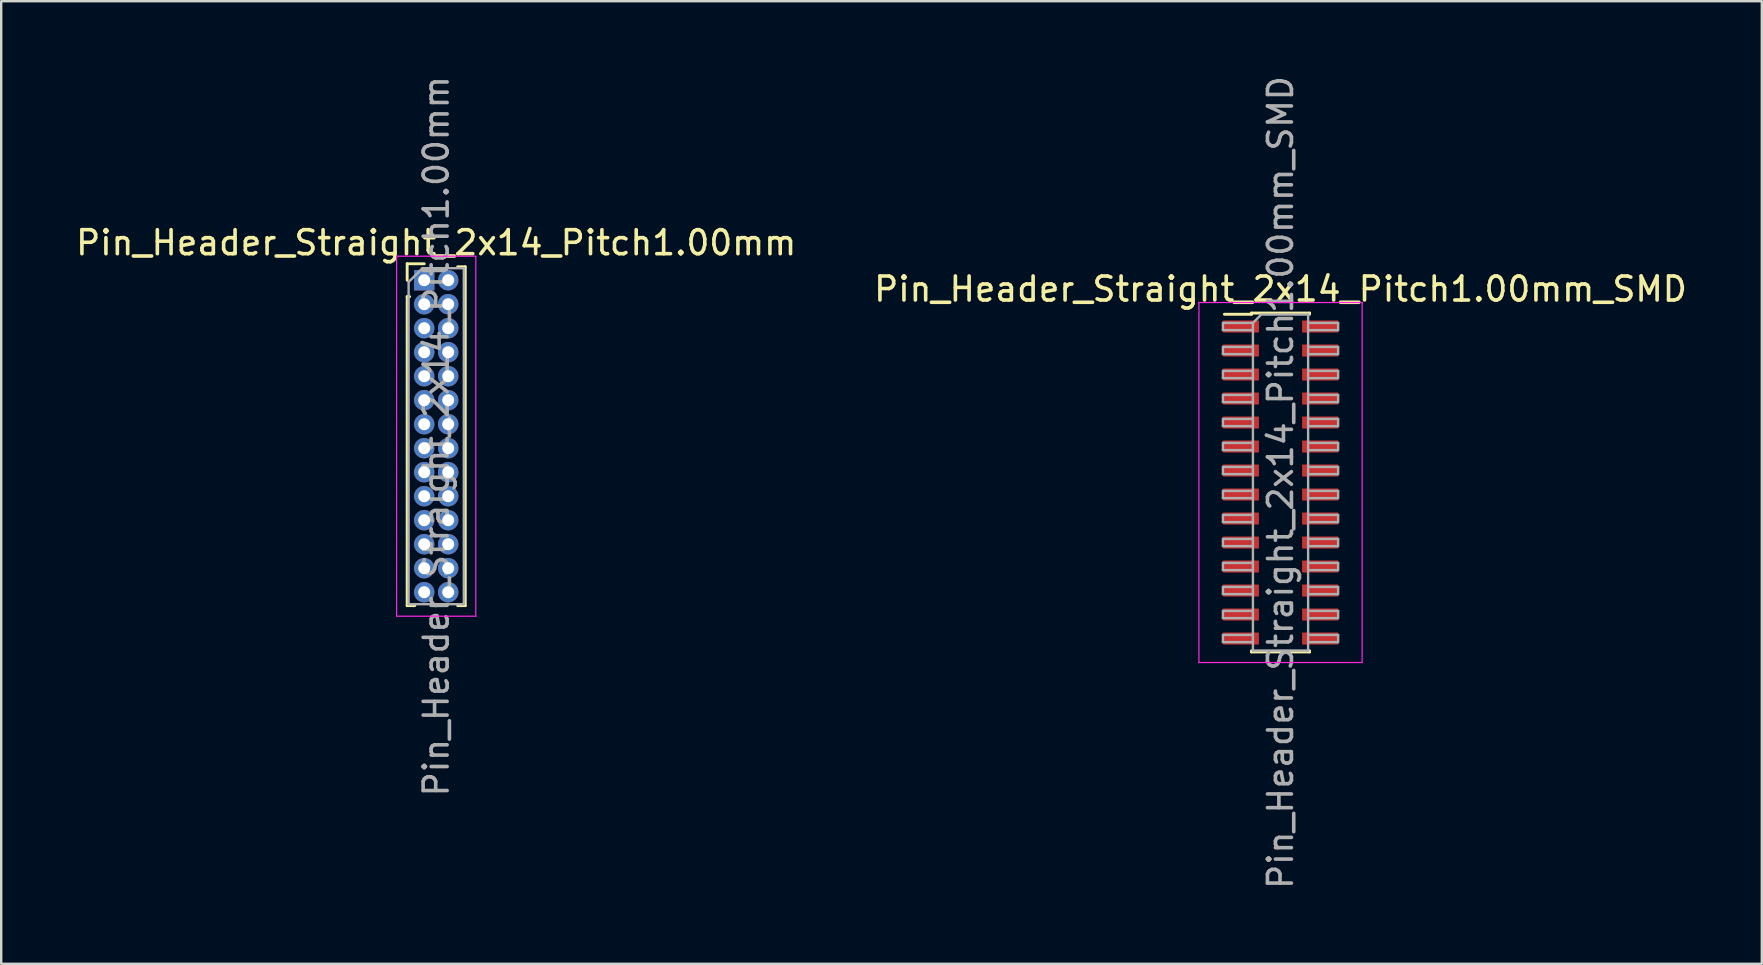
<source format=kicad_pcb>
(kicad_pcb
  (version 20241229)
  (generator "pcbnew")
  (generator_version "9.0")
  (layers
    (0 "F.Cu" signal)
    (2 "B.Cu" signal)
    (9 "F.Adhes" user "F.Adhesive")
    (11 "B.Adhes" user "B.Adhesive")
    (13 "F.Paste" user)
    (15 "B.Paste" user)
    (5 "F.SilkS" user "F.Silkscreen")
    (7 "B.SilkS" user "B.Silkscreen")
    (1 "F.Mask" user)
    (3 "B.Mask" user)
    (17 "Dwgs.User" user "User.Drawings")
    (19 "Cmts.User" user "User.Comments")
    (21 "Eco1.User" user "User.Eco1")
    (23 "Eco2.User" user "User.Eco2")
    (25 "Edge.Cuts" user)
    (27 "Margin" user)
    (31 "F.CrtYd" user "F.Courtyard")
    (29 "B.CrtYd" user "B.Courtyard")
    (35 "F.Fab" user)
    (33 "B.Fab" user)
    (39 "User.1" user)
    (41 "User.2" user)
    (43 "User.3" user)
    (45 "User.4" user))
  (footprint "Pin_Header_Straight_2x14_Pitch1.00mm_SMD"
    (layer "F.Cu")
    (at 50.304 17.054)
    (property "Reference" "Pin_Header_Straight_2x14_Pitch1.00mm_SMD" (at 0 -8.06 0) (layer "F.SilkS") (effects (font (size 1 1) (thickness 0.15))))
    (attr smd)
    (fp_line (start -2.34 -7.01) (end -1.21 -7.01) (stroke (width 0.12) (type solid)) (layer "F.SilkS"))
    (fp_line (start -1.21 -7.06) (end -1.21 -7.01) (stroke (width 0.12) (type solid)) (layer "F.SilkS"))
    (fp_line (start -1.21 -7.06) (end 1.21 -7.06) (stroke (width 0.12) (type solid)) (layer "F.SilkS"))
    (fp_line (start -1.21 7.01) (end -1.21 7.06) (stroke (width 0.12) (type solid)) (layer "F.SilkS"))
    (fp_line (start -1.21 7.06) (end 1.21 7.06) (stroke (width 0.12) (type solid)) (layer "F.SilkS"))
    (fp_line (start 1.21 -7.06) (end 1.21 -7.01) (stroke (width 0.12) (type solid)) (layer "F.SilkS"))
    (fp_line (start 1.21 7.01) (end 1.21 7.06) (stroke (width 0.12) (type solid)) (layer "F.SilkS"))
    (fp_line (start -3.4 -7.5) (end -3.4 7.5) (stroke (width 0.05) (type solid)) (layer "F.CrtYd"))
    (fp_line (start -3.4 7.5) (end 3.4 7.5) (stroke (width 0.05) (type solid)) (layer "F.CrtYd"))
    (fp_line (start 3.4 -7.5) (end -3.4 -7.5) (stroke (width 0.05) (type solid)) (layer "F.CrtYd"))
    (fp_line (start 3.4 7.5) (end 3.4 -7.5) (stroke (width 0.05) (type solid)) (layer "F.CrtYd"))
    (fp_line (start -2.4 -6.65) (end -2.4 -6.35) (stroke (width 0.1) (type solid)) (layer "F.Fab"))
    (fp_line (start -2.4 -6.35) (end -1.15 -6.35) (stroke (width 0.1) (type solid)) (layer "F.Fab"))
    (fp_line (start -2.4 -5.65) (end -2.4 -5.35) (stroke (width 0.1) (type solid)) (layer "F.Fab"))
    (fp_line (start -2.4 -5.35) (end -1.15 -5.35) (stroke (width 0.1) (type solid)) (layer "F.Fab"))
    (fp_line (start -2.4 -4.65) (end -2.4 -4.35) (stroke (width 0.1) (type solid)) (layer "F.Fab"))
    (fp_line (start -2.4 -4.35) (end -1.15 -4.35) (stroke (width 0.1) (type solid)) (layer "F.Fab"))
    (fp_line (start -2.4 -3.65) (end -2.4 -3.35) (stroke (width 0.1) (type solid)) (layer "F.Fab"))
    (fp_line (start -2.4 -3.35) (end -1.15 -3.35) (stroke (width 0.1) (type solid)) (layer "F.Fab"))
    (fp_line (start -2.4 -2.65) (end -2.4 -2.35) (stroke (width 0.1) (type solid)) (layer "F.Fab"))
    (fp_line (start -2.4 -2.35) (end -1.15 -2.35) (stroke (width 0.1) (type solid)) (layer "F.Fab"))
    (fp_line (start -2.4 -1.65) (end -2.4 -1.35) (stroke (width 0.1) (type solid)) (layer "F.Fab"))
    (fp_line (start -2.4 -1.35) (end -1.15 -1.35) (stroke (width 0.1) (type solid)) (layer "F.Fab"))
    (fp_line (start -2.4 -0.65) (end -2.4 -0.35) (stroke (width 0.1) (type solid)) (layer "F.Fab"))
    (fp_line (start -2.4 -0.35) (end -1.15 -0.35) (stroke (width 0.1) (type solid)) (layer "F.Fab"))
    (fp_line (start -2.4 0.35) (end -2.4 0.65) (stroke (width 0.1) (type solid)) (layer "F.Fab"))
    (fp_line (start -2.4 0.65) (end -1.15 0.65) (stroke (width 0.1) (type solid)) (layer "F.Fab"))
    (fp_line (start -2.4 1.35) (end -2.4 1.65) (stroke (width 0.1) (type solid)) (layer "F.Fab"))
    (fp_line (start -2.4 1.65) (end -1.15 1.65) (stroke (width 0.1) (type solid)) (layer "F.Fab"))
    (fp_line (start -2.4 2.35) (end -2.4 2.65) (stroke (width 0.1) (type solid)) (layer "F.Fab"))
    (fp_line (start -2.4 2.65) (end -1.15 2.65) (stroke (width 0.1) (type solid)) (layer "F.Fab"))
    (fp_line (start -2.4 3.35) (end -2.4 3.65) (stroke (width 0.1) (type solid)) (layer "F.Fab"))
    (fp_line (start -2.4 3.65) (end -1.15 3.65) (stroke (width 0.1) (type solid)) (layer "F.Fab"))
    (fp_line (start -2.4 4.35) (end -2.4 4.65) (stroke (width 0.1) (type solid)) (layer "F.Fab"))
    (fp_line (start -2.4 4.65) (end -1.15 4.65) (stroke (width 0.1) (type solid)) (layer "F.Fab"))
    (fp_line (start -2.4 5.35) (end -2.4 5.65) (stroke (width 0.1) (type solid)) (layer "F.Fab"))
    (fp_line (start -2.4 5.65) (end -1.15 5.65) (stroke (width 0.1) (type solid)) (layer "F.Fab"))
    (fp_line (start -2.4 6.35) (end -2.4 6.65) (stroke (width 0.1) (type solid)) (layer "F.Fab"))
    (fp_line (start -2.4 6.65) (end -1.15 6.65) (stroke (width 0.1) (type solid)) (layer "F.Fab"))
    (fp_line (start -1.15 -6.65) (end -2.4 -6.65) (stroke (width 0.1) (type solid)) (layer "F.Fab"))
    (fp_line (start -1.15 -6.65) (end -0.8 -7) (stroke (width 0.1) (type solid)) (layer "F.Fab"))
    (fp_line (start -1.15 -5.65) (end -2.4 -5.65) (stroke (width 0.1) (type solid)) (layer "F.Fab"))
    (fp_line (start -1.15 -4.65) (end -2.4 -4.65) (stroke (width 0.1) (type solid)) (layer "F.Fab"))
    (fp_line (start -1.15 -3.65) (end -2.4 -3.65) (stroke (width 0.1) (type solid)) (layer "F.Fab"))
    (fp_line (start -1.15 -2.65) (end -2.4 -2.65) (stroke (width 0.1) (type solid)) (layer "F.Fab"))
    (fp_line (start -1.15 -1.65) (end -2.4 -1.65) (stroke (width 0.1) (type solid)) (layer "F.Fab"))
    (fp_line (start -1.15 -0.65) (end -2.4 -0.65) (stroke (width 0.1) (type solid)) (layer "F.Fab"))
    (fp_line (start -1.15 0.35) (end -2.4 0.35) (stroke (width 0.1) (type solid)) (layer "F.Fab"))
    (fp_line (start -1.15 1.35) (end -2.4 1.35) (stroke (width 0.1) (type solid)) (layer "F.Fab"))
    (fp_line (start -1.15 2.35) (end -2.4 2.35) (stroke (width 0.1) (type solid)) (layer "F.Fab"))
    (fp_line (start -1.15 3.35) (end -2.4 3.35) (stroke (width 0.1) (type solid)) (layer "F.Fab"))
    (fp_line (start -1.15 4.35) (end -2.4 4.35) (stroke (width 0.1) (type solid)) (layer "F.Fab"))
    (fp_line (start -1.15 5.35) (end -2.4 5.35) (stroke (width 0.1) (type solid)) (layer "F.Fab"))
    (fp_line (start -1.15 6.35) (end -2.4 6.35) (stroke (width 0.1) (type solid)) (layer "F.Fab"))
    (fp_line (start -1.15 7) (end -1.15 -6.65) (stroke (width 0.1) (type solid)) (layer "F.Fab"))
    (fp_line (start -0.8 -7) (end 1.15 -7) (stroke (width 0.1) (type solid)) (layer "F.Fab"))
    (fp_line (start 1.15 -7) (end 1.15 7) (stroke (width 0.1) (type solid)) (layer "F.Fab"))
    (fp_line (start 1.15 -6.65) (end 2.4 -6.65) (stroke (width 0.1) (type solid)) (layer "F.Fab"))
    (fp_line (start 1.15 -5.65) (end 2.4 -5.65) (stroke (width 0.1) (type solid)) (layer "F.Fab"))
    (fp_line (start 1.15 -4.65) (end 2.4 -4.65) (stroke (width 0.1) (type solid)) (layer "F.Fab"))
    (fp_line (start 1.15 -3.65) (end 2.4 -3.65) (stroke (width 0.1) (type solid)) (layer "F.Fab"))
    (fp_line (start 1.15 -2.65) (end 2.4 -2.65) (stroke (width 0.1) (type solid)) (layer "F.Fab"))
    (fp_line (start 1.15 -1.65) (end 2.4 -1.65) (stroke (width 0.1) (type solid)) (layer "F.Fab"))
    (fp_line (start 1.15 -0.65) (end 2.4 -0.65) (stroke (width 0.1) (type solid)) (layer "F.Fab"))
    (fp_line (start 1.15 0.35) (end 2.4 0.35) (stroke (width 0.1) (type solid)) (layer "F.Fab"))
    (fp_line (start 1.15 1.35) (end 2.4 1.35) (stroke (width 0.1) (type solid)) (layer "F.Fab"))
    (fp_line (start 1.15 2.35) (end 2.4 2.35) (stroke (width 0.1) (type solid)) (layer "F.Fab"))
    (fp_line (start 1.15 3.35) (end 2.4 3.35) (stroke (width 0.1) (type solid)) (layer "F.Fab"))
    (fp_line (start 1.15 4.35) (end 2.4 4.35) (stroke (width 0.1) (type solid)) (layer "F.Fab"))
    (fp_line (start 1.15 5.35) (end 2.4 5.35) (stroke (width 0.1) (type solid)) (layer "F.Fab"))
    (fp_line (start 1.15 6.35) (end 2.4 6.35) (stroke (width 0.1) (type solid)) (layer "F.Fab"))
    (fp_line (start 1.15 7) (end -1.15 7) (stroke (width 0.1) (type solid)) (layer "F.Fab"))
    (fp_line (start 2.4 -6.65) (end 2.4 -6.35) (stroke (width 0.1) (type solid)) (layer "F.Fab"))
    (fp_line (start 2.4 -6.35) (end 1.15 -6.35) (stroke (width 0.1) (type solid)) (layer "F.Fab"))
    (fp_line (start 2.4 -5.65) (end 2.4 -5.35) (stroke (width 0.1) (type solid)) (layer "F.Fab"))
    (fp_line (start 2.4 -5.35) (end 1.15 -5.35) (stroke (width 0.1) (type solid)) (layer "F.Fab"))
    (fp_line (start 2.4 -4.65) (end 2.4 -4.35) (stroke (width 0.1) (type solid)) (layer "F.Fab"))
    (fp_line (start 2.4 -4.35) (end 1.15 -4.35) (stroke (width 0.1) (type solid)) (layer "F.Fab"))
    (fp_line (start 2.4 -3.65) (end 2.4 -3.35) (stroke (width 0.1) (type solid)) (layer "F.Fab"))
    (fp_line (start 2.4 -3.35) (end 1.15 -3.35) (stroke (width 0.1) (type solid)) (layer "F.Fab"))
    (fp_line (start 2.4 -2.65) (end 2.4 -2.35) (stroke (width 0.1) (type solid)) (layer "F.Fab"))
    (fp_line (start 2.4 -2.35) (end 1.15 -2.35) (stroke (width 0.1) (type solid)) (layer "F.Fab"))
    (fp_line (start 2.4 -1.65) (end 2.4 -1.35) (stroke (width 0.1) (type solid)) (layer "F.Fab"))
    (fp_line (start 2.4 -1.35) (end 1.15 -1.35) (stroke (width 0.1) (type solid)) (layer "F.Fab"))
    (fp_line (start 2.4 -0.65) (end 2.4 -0.35) (stroke (width 0.1) (type solid)) (layer "F.Fab"))
    (fp_line (start 2.4 -0.35) (end 1.15 -0.35) (stroke (width 0.1) (type solid)) (layer "F.Fab"))
    (fp_line (start 2.4 0.35) (end 2.4 0.65) (stroke (width 0.1) (type solid)) (layer "F.Fab"))
    (fp_line (start 2.4 0.65) (end 1.15 0.65) (stroke (width 0.1) (type solid)) (layer "F.Fab"))
    (fp_line (start 2.4 1.35) (end 2.4 1.65) (stroke (width 0.1) (type solid)) (layer "F.Fab"))
    (fp_line (start 2.4 1.65) (end 1.15 1.65) (stroke (width 0.1) (type solid)) (layer "F.Fab"))
    (fp_line (start 2.4 2.35) (end 2.4 2.65) (stroke (width 0.1) (type solid)) (layer "F.Fab"))
    (fp_line (start 2.4 2.65) (end 1.15 2.65) (stroke (width 0.1) (type solid)) (layer "F.Fab"))
    (fp_line (start 2.4 3.35) (end 2.4 3.65) (stroke (width 0.1) (type solid)) (layer "F.Fab"))
    (fp_line (start 2.4 3.65) (end 1.15 3.65) (stroke (width 0.1) (type solid)) (layer "F.Fab"))
    (fp_line (start 2.4 4.35) (end 2.4 4.65) (stroke (width 0.1) (type solid)) (layer "F.Fab"))
    (fp_line (start 2.4 4.65) (end 1.15 4.65) (stroke (width 0.1) (type solid)) (layer "F.Fab"))
    (fp_line (start 2.4 5.35) (end 2.4 5.65) (stroke (width 0.1) (type solid)) (layer "F.Fab"))
    (fp_line (start 2.4 5.65) (end 1.15 5.65) (stroke (width 0.1) (type solid)) (layer "F.Fab"))
    (fp_line (start 2.4 6.35) (end 2.4 6.65) (stroke (width 0.1) (type solid)) (layer "F.Fab"))
    (fp_line (start 2.4 6.65) (end 1.15 6.65) (stroke (width 0.1) (type solid)) (layer "F.Fab"))
    (fp_text user "${REFERENCE}" (at 0 0 90) (layer "F.Fab") (effects (font (size 1 1) (thickness 0.15))))
    (pad "1" smd rect (at -1.65 -6.5) (size 1.5 0.5) (layers "F.Cu" "F.Mask" "F.Paste"))
    (pad "2" smd rect (at 1.65 -6.5) (size 1.5 0.5) (layers "F.Cu" "F.Mask" "F.Paste"))
    (pad "3" smd rect (at -1.65 -5.5) (size 1.5 0.5) (layers "F.Cu" "F.Mask" "F.Paste"))
    (pad "4" smd rect (at 1.65 -5.5) (size 1.5 0.5) (layers "F.Cu" "F.Mask" "F.Paste"))
    (pad "5" smd rect (at -1.65 -4.5) (size 1.5 0.5) (layers "F.Cu" "F.Mask" "F.Paste"))
    (pad "6" smd rect (at 1.65 -4.5) (size 1.5 0.5) (layers "F.Cu" "F.Mask" "F.Paste"))
    (pad "7" smd rect (at -1.65 -3.5) (size 1.5 0.5) (layers "F.Cu" "F.Mask" "F.Paste"))
    (pad "8" smd rect (at 1.65 -3.5) (size 1.5 0.5) (layers "F.Cu" "F.Mask" "F.Paste"))
    (pad "9" smd rect (at -1.65 -2.5) (size 1.5 0.5) (layers "F.Cu" "F.Mask" "F.Paste"))
    (pad "10" smd rect (at 1.65 -2.5) (size 1.5 0.5) (layers "F.Cu" "F.Mask" "F.Paste"))
    (pad "11" smd rect (at -1.65 -1.5) (size 1.5 0.5) (layers "F.Cu" "F.Mask" "F.Paste"))
    (pad "12" smd rect (at 1.65 -1.5) (size 1.5 0.5) (layers "F.Cu" "F.Mask" "F.Paste"))
    (pad "13" smd rect (at -1.65 -0.5) (size 1.5 0.5) (layers "F.Cu" "F.Mask" "F.Paste"))
    (pad "14" smd rect (at 1.65 -0.5) (size 1.5 0.5) (layers "F.Cu" "F.Mask" "F.Paste"))
    (pad "15" smd rect (at -1.65 0.5) (size 1.5 0.5) (layers "F.Cu" "F.Mask" "F.Paste"))
    (pad "16" smd rect (at 1.65 0.5) (size 1.5 0.5) (layers "F.Cu" "F.Mask" "F.Paste"))
    (pad "17" smd rect (at -1.65 1.5) (size 1.5 0.5) (layers "F.Cu" "F.Mask" "F.Paste"))
    (pad "18" smd rect (at 1.65 1.5) (size 1.5 0.5) (layers "F.Cu" "F.Mask" "F.Paste"))
    (pad "19" smd rect (at -1.65 2.5) (size 1.5 0.5) (layers "F.Cu" "F.Mask" "F.Paste"))
    (pad "20" smd rect (at 1.65 2.5) (size 1.5 0.5) (layers "F.Cu" "F.Mask" "F.Paste"))
    (pad "21" smd rect (at -1.65 3.5) (size 1.5 0.5) (layers "F.Cu" "F.Mask" "F.Paste"))
    (pad "22" smd rect (at 1.65 3.5) (size 1.5 0.5) (layers "F.Cu" "F.Mask" "F.Paste"))
    (pad "23" smd rect (at -1.65 4.5) (size 1.5 0.5) (layers "F.Cu" "F.Mask" "F.Paste"))
    (pad "24" smd rect (at 1.65 4.5) (size 1.5 0.5) (layers "F.Cu" "F.Mask" "F.Paste"))
    (pad "25" smd rect (at -1.65 5.5) (size 1.5 0.5) (layers "F.Cu" "F.Mask" "F.Paste"))
    (pad "26" smd rect (at 1.65 5.5) (size 1.5 0.5) (layers "F.Cu" "F.Mask" "F.Paste"))
    (pad "27" smd rect (at -1.65 6.5) (size 1.5 0.5) (layers "F.Cu" "F.Mask" "F.Paste"))
    (pad "28" smd rect (at 1.65 6.5) (size 1.5 0.5) (layers "F.Cu" "F.Mask" "F.Paste")))
  (footprint "Pin_Header_Straight_2x14_Pitch1.00mm"
    (layer "F.Cu")
    (at 14.625 8.625)
    (property "Reference" "Pin_Header_Straight_2x14_Pitch1.00mm" (at 0.5 -1.56 0) (layer "F.SilkS") (effects (font (size 1 1) (thickness 0.15))))
    (attr through_hole)
    (fp_line (start -0.71 -0.685) (end 0 -0.685) (stroke (width 0.12) (type solid)) (layer "F.SilkS"))
    (fp_line (start -0.71 0) (end -0.71 -0.685) (stroke (width 0.12) (type solid)) (layer "F.SilkS"))
    (fp_line (start -0.71 0.685) (end -0.71 13.56) (stroke (width 0.12) (type solid)) (layer "F.SilkS"))
    (fp_line (start -0.71 0.685) (end -0.608 0.685) (stroke (width 0.12) (type solid)) (layer "F.SilkS"))
    (fp_line (start -0.71 13.56) (end -0.394 13.56) (stroke (width 0.12) (type solid)) (layer "F.SilkS"))
    (fp_line (start 0.394 13.56) (end 0.606 13.56) (stroke (width 0.12) (type solid)) (layer "F.SilkS"))
    (fp_line (start 1.394 -0.56) (end 1.71 -0.56) (stroke (width 0.12) (type solid)) (layer "F.SilkS"))
    (fp_line (start 1.394 13.56) (end 1.71 13.56) (stroke (width 0.12) (type solid)) (layer "F.SilkS"))
    (fp_line (start 1.71 -0.56) (end 1.71 13.56) (stroke (width 0.12) (type solid)) (layer "F.SilkS"))
    (fp_line (start -1.15 -1) (end -1.15 14) (stroke (width 0.05) (type solid)) (layer "F.CrtYd"))
    (fp_line (start -1.15 14) (end 2.15 14) (stroke (width 0.05) (type solid)) (layer "F.CrtYd"))
    (fp_line (start 2.15 -1) (end -1.15 -1) (stroke (width 0.05) (type solid)) (layer "F.CrtYd"))
    (fp_line (start 2.15 14) (end 2.15 -1) (stroke (width 0.05) (type solid)) (layer "F.CrtYd"))
    (fp_line (start -0.65 0.075) (end -0.075 -0.5) (stroke (width 0.1) (type solid)) (layer "F.Fab"))
    (fp_line (start -0.65 13.5) (end -0.65 0.075) (stroke (width 0.1) (type solid)) (layer "F.Fab"))
    (fp_line (start -0.075 -0.5) (end 1.65 -0.5) (stroke (width 0.1) (type solid)) (layer "F.Fab"))
    (fp_line (start 1.65 -0.5) (end 1.65 13.5) (stroke (width 0.1) (type solid)) (layer "F.Fab"))
    (fp_line (start 1.65 13.5) (end -0.65 13.5) (stroke (width 0.1) (type solid)) (layer "F.Fab"))
    (fp_text user "${REFERENCE}" (at 0.5 6.5 90) (layer "F.Fab") (effects (font (size 1 1) (thickness 0.15))))
    (pad "1" thru_hole rect (at 0 0) (size 0.85 0.85) (drill 0.5) (layers "*.Cu" "*.Mask"))
    (pad "2" thru_hole oval (at 1 0) (size 0.85 0.85) (drill 0.5) (layers "*.Cu" "*.Mask"))
    (pad "3" thru_hole oval (at 0 1) (size 0.85 0.85) (drill 0.5) (layers "*.Cu" "*.Mask"))
    (pad "4" thru_hole oval (at 1 1) (size 0.85 0.85) (drill 0.5) (layers "*.Cu" "*.Mask"))
    (pad "5" thru_hole oval (at 0 2) (size 0.85 0.85) (drill 0.5) (layers "*.Cu" "*.Mask"))
    (pad "6" thru_hole oval (at 1 2) (size 0.85 0.85) (drill 0.5) (layers "*.Cu" "*.Mask"))
    (pad "7" thru_hole oval (at 0 3) (size 0.85 0.85) (drill 0.5) (layers "*.Cu" "*.Mask"))
    (pad "8" thru_hole oval (at 1 3) (size 0.85 0.85) (drill 0.5) (layers "*.Cu" "*.Mask"))
    (pad "9" thru_hole oval (at 0 4) (size 0.85 0.85) (drill 0.5) (layers "*.Cu" "*.Mask"))
    (pad "10" thru_hole oval (at 1 4) (size 0.85 0.85) (drill 0.5) (layers "*.Cu" "*.Mask"))
    (pad "11" thru_hole oval (at 0 5) (size 0.85 0.85) (drill 0.5) (layers "*.Cu" "*.Mask"))
    (pad "12" thru_hole oval (at 1 5) (size 0.85 0.85) (drill 0.5) (layers "*.Cu" "*.Mask"))
    (pad "13" thru_hole oval (at 0 6) (size 0.85 0.85) (drill 0.5) (layers "*.Cu" "*.Mask"))
    (pad "14" thru_hole oval (at 1 6) (size 0.85 0.85) (drill 0.5) (layers "*.Cu" "*.Mask"))
    (pad "15" thru_hole oval (at 0 7) (size 0.85 0.85) (drill 0.5) (layers "*.Cu" "*.Mask"))
    (pad "16" thru_hole oval (at 1 7) (size 0.85 0.85) (drill 0.5) (layers "*.Cu" "*.Mask"))
    (pad "17" thru_hole oval (at 0 8) (size 0.85 0.85) (drill 0.5) (layers "*.Cu" "*.Mask"))
    (pad "18" thru_hole oval (at 1 8) (size 0.85 0.85) (drill 0.5) (layers "*.Cu" "*.Mask"))
    (pad "19" thru_hole oval (at 0 9) (size 0.85 0.85) (drill 0.5) (layers "*.Cu" "*.Mask"))
    (pad "20" thru_hole oval (at 1 9) (size 0.85 0.85) (drill 0.5) (layers "*.Cu" "*.Mask"))
    (pad "21" thru_hole oval (at 0 10) (size 0.85 0.85) (drill 0.5) (layers "*.Cu" "*.Mask"))
    (pad "22" thru_hole oval (at 1 10) (size 0.85 0.85) (drill 0.5) (layers "*.Cu" "*.Mask"))
    (pad "23" thru_hole oval (at 0 11) (size 0.85 0.85) (drill 0.5) (layers "*.Cu" "*.Mask"))
    (pad "24" thru_hole oval (at 1 11) (size 0.85 0.85) (drill 0.5) (layers "*.Cu" "*.Mask"))
    (pad "25" thru_hole oval (at 0 12) (size 0.85 0.85) (drill 0.5) (layers "*.Cu" "*.Mask"))
    (pad "26" thru_hole oval (at 1 12) (size 0.85 0.85) (drill 0.5) (layers "*.Cu" "*.Mask"))
    (pad "27" thru_hole oval (at 0 13) (size 0.85 0.85) (drill 0.5) (layers "*.Cu" "*.Mask"))
    (pad "28" thru_hole oval (at 1 13) (size 0.85 0.85) (drill 0.5) (layers "*.Cu" "*.Mask")))
  (gr_rect
    (start -3 -3)
    (end 70.357 37.107)
    (stroke (width 0.1) (type default))
    (fill no)
    (layer "Edge.Cuts")))
</source>
